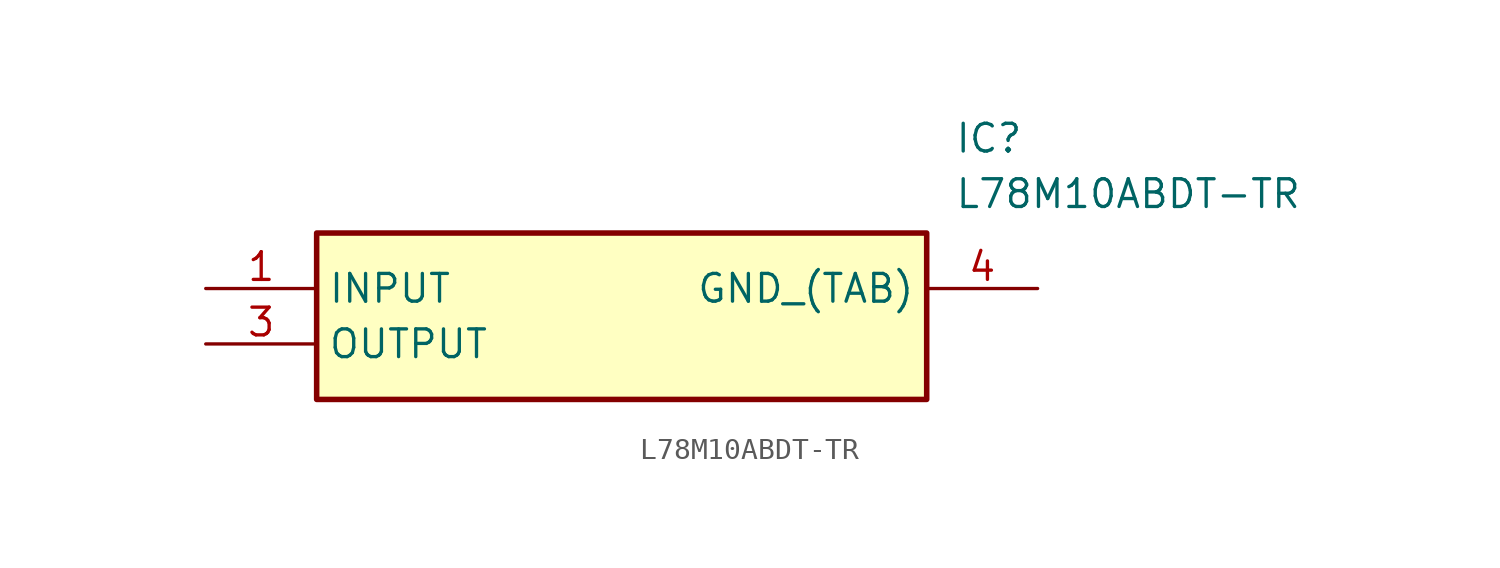
<source format=kicad_sym>
(kicad_symbol_lib
  (version 20211014)
  (generator SamacSys_ECAD_Model)
  (symbol "L78M10ABDT-TR"
    (property "Reference" "IC"
      (at 34.29 7.62 0)
      (effects (font (size 1.27 1.27)) (justify left top)))
    (property "Value" "L78M10ABDT-TR"
      (at 34.29 5.08 0)
      (effects (font (size 1.27 1.27)) (justify left top)))
    (rectangle
      (start 5.08 2.54)
      (end 33.02 -5.08)
      (stroke (width 0.254) (type default))
      (fill (type background)))
    (pin output line
      (at 0 0 0)
      (length 5.08)
      (name "INPUT" (effects (font (size 1.27 1.27))))
      (number "1" (effects (font (size 1.27 1.27)))))
    (pin power_in line
      (at 0 -2.54 0)
      (length 5.08)
      (name "OUTPUT" (effects (font (size 1.27 1.27))))
      (number "3" (effects (font (size 1.27 1.27)))))
    (pin input line
      (at 38.1 0 180)
      (length 5.08)
      (name "GND_(TAB)" (effects (font (size 1.27 1.27))))
      (number "4" (effects (font (size 1.27 1.27)))))))
</source>
